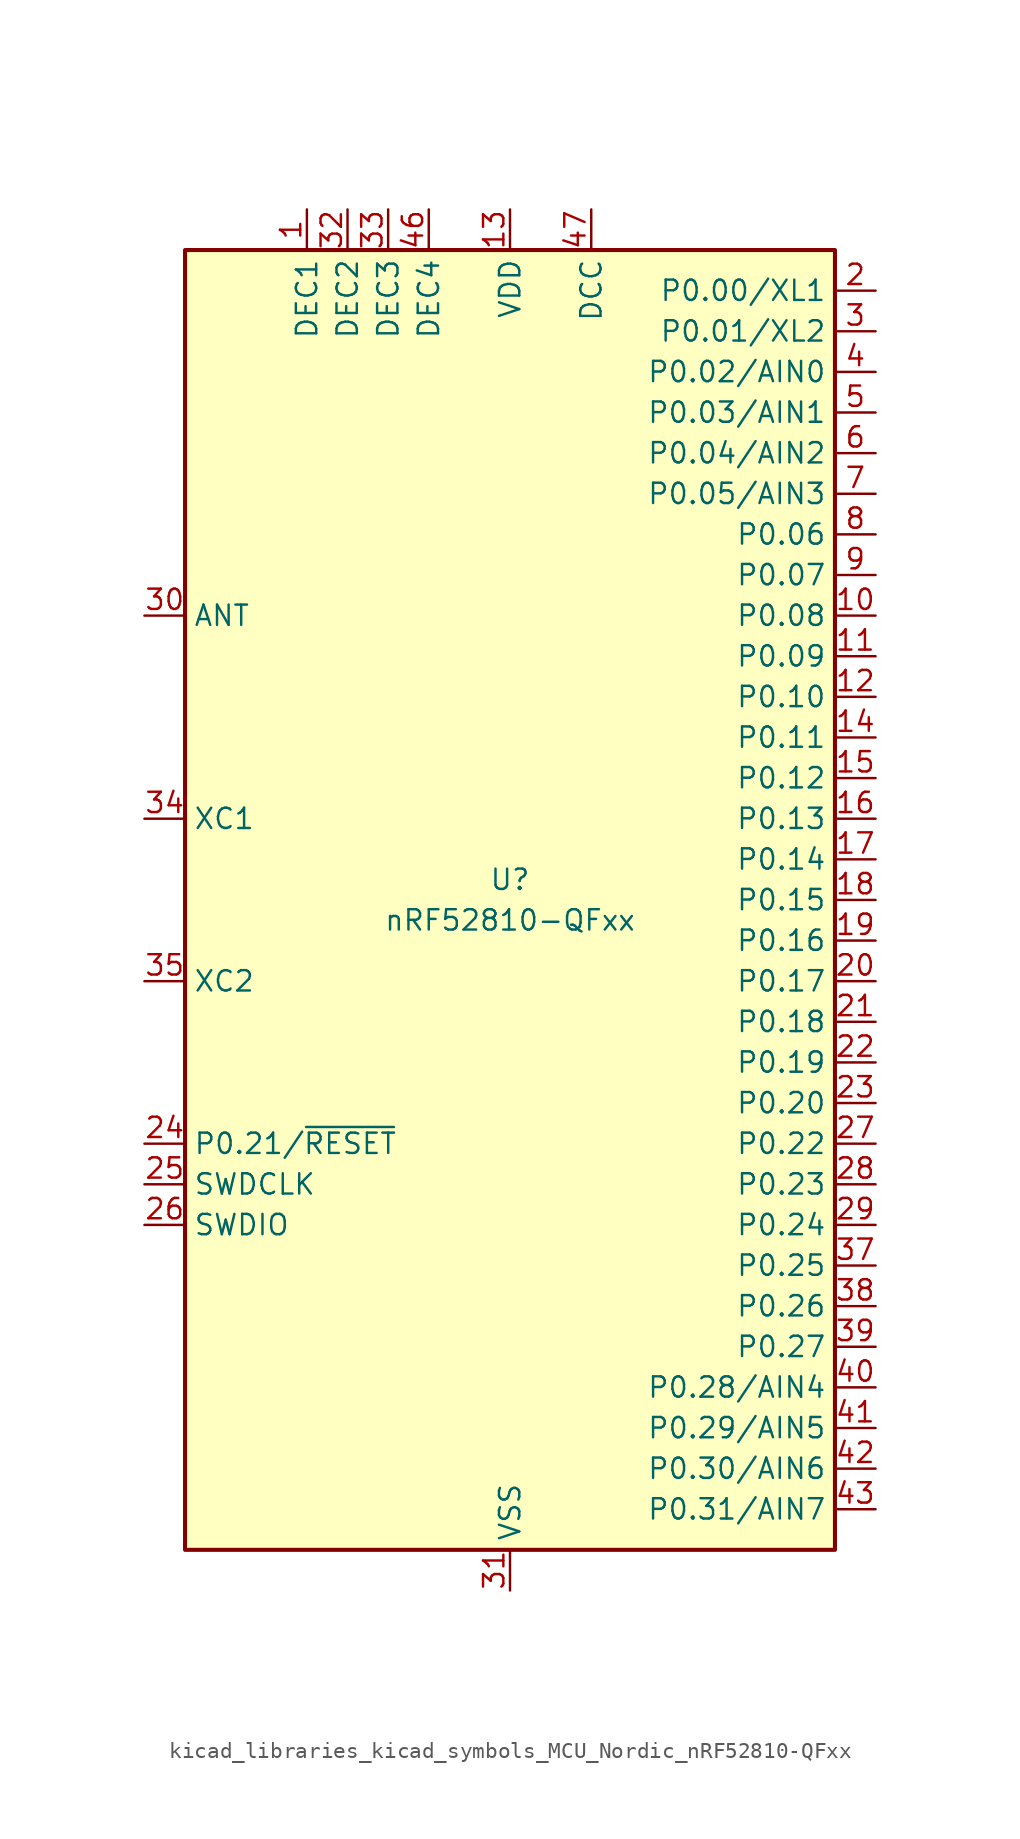
<source format=kicad_sym>
(kicad_symbol_lib
  (version 20220914)
  (generator kicad_symbol_editor)
  (symbol "kicad_libraries_kicad_symbols_MCU_Nordic_nRF52810-QFxx"
    (property "Reference" "U"
      (at 0 1.27 0)
      (effects (font (size 1.27 1.27))))
    (property "Value" "nRF52810-QFxx"
      (at 0 -1.27 0)
      (effects (font (size 1.27 1.27))))
    (symbol "kicad_libraries_kicad_symbols_MCU_Nordic_nRF52810-QFxx_0_1"
      (rectangle (start -20.32 40.64) (end 20.32 -40.64) (stroke (width 0.254) (type default)) (fill (type background))))
    (symbol "kicad_libraries_kicad_symbols_MCU_Nordic_nRF52810-QFxx_1_1"
      (pin passive line (at -12.7 43.18 270) (length 2.54) (name "DEC1" (effects (font (size 1.27 1.27)))) (number "1" (effects (font (size 1.27 1.27)))))
      (pin bidirectional line (at 22.86 17.78 180) (length 2.54) (name "P0.08" (effects (font (size 1.27 1.27)))) (number "10" (effects (font (size 1.27 1.27)))))
      (pin bidirectional line (at 22.86 15.24 180) (length 2.54) (name "P0.09" (effects (font (size 1.27 1.27)))) (number "11" (effects (font (size 1.27 1.27)))))
      (pin bidirectional line (at 22.86 12.7 180) (length 2.54) (name "P0.10" (effects (font (size 1.27 1.27)))) (number "12" (effects (font (size 1.27 1.27)))))
      (pin power_in line (at 0 43.18 270) (length 2.54) (name "VDD" (effects (font (size 1.27 1.27)))) (number "13" (effects (font (size 1.27 1.27)))))
      (pin bidirectional line (at 22.86 10.16 180) (length 2.54) (name "P0.11" (effects (font (size 1.27 1.27)))) (number "14" (effects (font (size 1.27 1.27)))))
      (pin bidirectional line (at 22.86 7.62 180) (length 2.54) (name "P0.12" (effects (font (size 1.27 1.27)))) (number "15" (effects (font (size 1.27 1.27)))))
      (pin bidirectional line (at 22.86 5.08 180) (length 2.54) (name "P0.13" (effects (font (size 1.27 1.27)))) (number "16" (effects (font (size 1.27 1.27)))))
      (pin bidirectional line (at 22.86 2.54 180) (length 2.54) (name "P0.14" (effects (font (size 1.27 1.27)))) (number "17" (effects (font (size 1.27 1.27)))))
      (pin bidirectional line (at 22.86 0 180) (length 2.54) (name "P0.15" (effects (font (size 1.27 1.27)))) (number "18" (effects (font (size 1.27 1.27)))))
      (pin bidirectional line (at 22.86 -2.54 180) (length 2.54) (name "P0.16" (effects (font (size 1.27 1.27)))) (number "19" (effects (font (size 1.27 1.27)))))
      (pin bidirectional line (at 22.86 38.1 180) (length 2.54) (name "P0.00/XL1" (effects (font (size 1.27 1.27)))) (number "2" (effects (font (size 1.27 1.27)))))
      (pin bidirectional line (at 22.86 -5.08 180) (length 2.54) (name "P0.17" (effects (font (size 1.27 1.27)))) (number "20" (effects (font (size 1.27 1.27)))))
      (pin bidirectional line (at 22.86 -7.62 180) (length 2.54) (name "P0.18" (effects (font (size 1.27 1.27)))) (number "21" (effects (font (size 1.27 1.27)))))
      (pin bidirectional line (at 22.86 -10.16 180) (length 2.54) (name "P0.19" (effects (font (size 1.27 1.27)))) (number "22" (effects (font (size 1.27 1.27)))))
      (pin bidirectional line (at 22.86 -12.7 180) (length 2.54) (name "P0.20" (effects (font (size 1.27 1.27)))) (number "23" (effects (font (size 1.27 1.27)))))
      (pin bidirectional line (at -22.86 -15.24 0) (length 2.54) (name "P0.21/~{RESET}" (effects (font (size 1.27 1.27)))) (number "24" (effects (font (size 1.27 1.27)))))
      (pin input line (at -22.86 -17.78 0) (length 2.54) (name "SWDCLK" (effects (font (size 1.27 1.27)))) (number "25" (effects (font (size 1.27 1.27)))))
      (pin bidirectional line (at -22.86 -20.32 0) (length 2.54) (name "SWDIO" (effects (font (size 1.27 1.27)))) (number "26" (effects (font (size 1.27 1.27)))))
      (pin bidirectional line (at 22.86 -15.24 180) (length 2.54) (name "P0.22" (effects (font (size 1.27 1.27)))) (number "27" (effects (font (size 1.27 1.27)))))
      (pin bidirectional line (at 22.86 -17.78 180) (length 2.54) (name "P0.23" (effects (font (size 1.27 1.27)))) (number "28" (effects (font (size 1.27 1.27)))))
      (pin bidirectional line (at 22.86 -20.32 180) (length 2.54) (name "P0.24" (effects (font (size 1.27 1.27)))) (number "29" (effects (font (size 1.27 1.27)))))
      (pin bidirectional line (at 22.86 35.56 180) (length 2.54) (name "P0.01/XL2" (effects (font (size 1.27 1.27)))) (number "3" (effects (font (size 1.27 1.27)))))
      (pin passive line (at -22.86 17.78 0) (length 2.54) (name "ANT" (effects (font (size 1.27 1.27)))) (number "30" (effects (font (size 1.27 1.27)))))
      (pin power_in line (at 0 -43.18 90) (length 2.54) (name "VSS" (effects (font (size 1.27 1.27)))) (number "31" (effects (font (size 1.27 1.27)))))
      (pin passive line (at -10.16 43.18 270) (length 2.54) (name "DEC2" (effects (font (size 1.27 1.27)))) (number "32" (effects (font (size 1.27 1.27)))))
      (pin passive line (at -7.62 43.18 270) (length 2.54) (name "DEC3" (effects (font (size 1.27 1.27)))) (number "33" (effects (font (size 1.27 1.27)))))
      (pin input line (at -22.86 5.08 0) (length 2.54) (name "XC1" (effects (font (size 1.27 1.27)))) (number "34" (effects (font (size 1.27 1.27)))))
      (pin input line (at -22.86 -5.08 0) (length 2.54) (name "XC2" (effects (font (size 1.27 1.27)))) (number "35" (effects (font (size 1.27 1.27)))))
      (pin passive line (at 0 43.18 270) (length 2.54) hide (name "VDD" (effects (font (size 1.27 1.27)))) (number "36" (effects (font (size 1.27 1.27)))))
      (pin bidirectional line (at 22.86 -22.86 180) (length 2.54) (name "P0.25" (effects (font (size 1.27 1.27)))) (number "37" (effects (font (size 1.27 1.27)))))
      (pin bidirectional line (at 22.86 -25.4 180) (length 2.54) (name "P0.26" (effects (font (size 1.27 1.27)))) (number "38" (effects (font (size 1.27 1.27)))))
      (pin bidirectional line (at 22.86 -27.94 180) (length 2.54) (name "P0.27" (effects (font (size 1.27 1.27)))) (number "39" (effects (font (size 1.27 1.27)))))
      (pin bidirectional line (at 22.86 33.02 180) (length 2.54) (name "P0.02/AIN0" (effects (font (size 1.27 1.27)))) (number "4" (effects (font (size 1.27 1.27)))))
      (pin bidirectional line (at 22.86 -30.48 180) (length 2.54) (name "P0.28/AIN4" (effects (font (size 1.27 1.27)))) (number "40" (effects (font (size 1.27 1.27)))))
      (pin bidirectional line (at 22.86 -33.02 180) (length 2.54) (name "P0.29/AIN5" (effects (font (size 1.27 1.27)))) (number "41" (effects (font (size 1.27 1.27)))))
      (pin bidirectional line (at 22.86 -35.56 180) (length 2.54) (name "P0.30/AIN6" (effects (font (size 1.27 1.27)))) (number "42" (effects (font (size 1.27 1.27)))))
      (pin bidirectional line (at 22.86 -38.1 180) (length 2.54) (name "P0.31/AIN7" (effects (font (size 1.27 1.27)))) (number "43" (effects (font (size 1.27 1.27)))))
      (pin no_connect line (at -20.32 -30.48 0) (length 2.54) hide (name "NC" (effects (font (size 1.27 1.27)))) (number "44" (effects (font (size 1.27 1.27)))))
      (pin passive line (at 0 -43.18 90) (length 2.54) hide (name "VSS" (effects (font (size 1.27 1.27)))) (number "45" (effects (font (size 1.27 1.27)))))
      (pin passive line (at -5.08 43.18 270) (length 2.54) (name "DEC4" (effects (font (size 1.27 1.27)))) (number "46" (effects (font (size 1.27 1.27)))))
      (pin power_out line (at 5.08 43.18 270) (length 2.54) (name "DCC" (effects (font (size 1.27 1.27)))) (number "47" (effects (font (size 1.27 1.27)))))
      (pin passive line (at 0 43.18 270) (length 2.54) hide (name "VDD" (effects (font (size 1.27 1.27)))) (number "48" (effects (font (size 1.27 1.27)))))
      (pin passive line (at 0 -43.18 90) (length 2.54) hide (name "VSS" (effects (font (size 1.27 1.27)))) (number "49" (effects (font (size 1.27 1.27)))))
      (pin bidirectional line (at 22.86 30.48 180) (length 2.54) (name "P0.03/AIN1" (effects (font (size 1.27 1.27)))) (number "5" (effects (font (size 1.27 1.27)))))
      (pin bidirectional line (at 22.86 27.94 180) (length 2.54) (name "P0.04/AIN2" (effects (font (size 1.27 1.27)))) (number "6" (effects (font (size 1.27 1.27)))))
      (pin bidirectional line (at 22.86 25.4 180) (length 2.54) (name "P0.05/AIN3" (effects (font (size 1.27 1.27)))) (number "7" (effects (font (size 1.27 1.27)))))
      (pin bidirectional line (at 22.86 22.86 180) (length 2.54) (name "P0.06" (effects (font (size 1.27 1.27)))) (number "8" (effects (font (size 1.27 1.27)))))
      (pin bidirectional line (at 22.86 20.32 180) (length 2.54) (name "P0.07" (effects (font (size 1.27 1.27)))) (number "9" (effects (font (size 1.27 1.27))))))))
</source>
